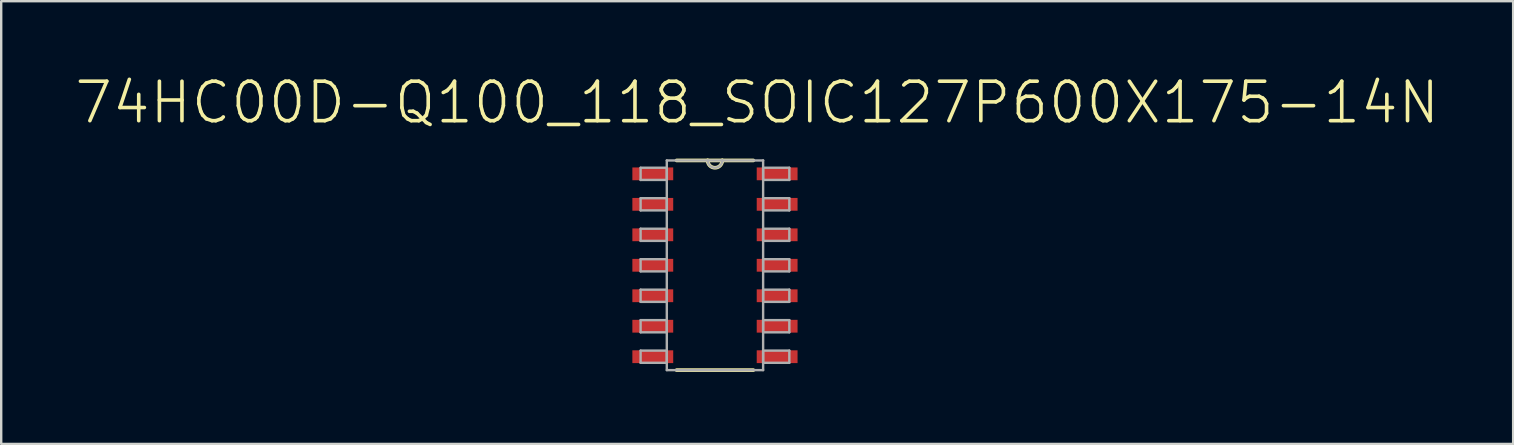
<source format=kicad_pcb>
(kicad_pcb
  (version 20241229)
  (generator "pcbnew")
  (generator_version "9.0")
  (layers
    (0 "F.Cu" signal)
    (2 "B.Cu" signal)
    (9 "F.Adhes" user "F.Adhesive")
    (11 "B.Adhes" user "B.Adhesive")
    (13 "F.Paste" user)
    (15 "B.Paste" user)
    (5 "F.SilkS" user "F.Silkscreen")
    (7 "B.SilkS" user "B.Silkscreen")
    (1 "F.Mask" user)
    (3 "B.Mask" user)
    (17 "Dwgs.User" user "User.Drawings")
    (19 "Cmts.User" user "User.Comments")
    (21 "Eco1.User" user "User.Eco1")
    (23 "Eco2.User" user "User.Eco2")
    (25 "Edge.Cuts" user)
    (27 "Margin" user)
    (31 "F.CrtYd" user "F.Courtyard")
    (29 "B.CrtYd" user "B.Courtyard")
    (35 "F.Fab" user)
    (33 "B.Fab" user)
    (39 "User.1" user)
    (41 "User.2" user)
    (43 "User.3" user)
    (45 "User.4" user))
  (footprint "74HC00D-Q100_118_SOIC127P600X175-14N"
    (layer "F.Cu")
    (at 26.745 8.005)
    (property "Reference" "74HC00D-Q100_118_SOIC127P600X175-14N" (at 1.758 -6.779 0) (layer "F.SilkS") (effects (font (size 1.645 1.645) (thickness 0.15))))
    (attr smd)
    (fp_line (start -1.6 4.369) (end 1.6 4.369) (stroke (width 0.152) (type solid)) (layer "F.SilkS"))
    (fp_line (start -0.305 -4.369) (end -1.6 -4.369) (stroke (width 0.152) (type solid)) (layer "F.SilkS"))
    (fp_line (start 0.305 -4.369) (end -0.305 -4.369) (stroke (width 0.152) (type solid)) (layer "F.SilkS"))
    (fp_line (start 1.6 -4.369) (end 0.305 -4.369) (stroke (width 0.152) (type solid)) (layer "F.SilkS"))
    (fp_arc (start 0.3048 -4.3688) (mid 0 -4.064) (end -0.3048 -4.3688) (stroke (width 0.1524) (type solid)) (layer "F.SilkS"))
    (fp_line (start -3.099 -4.064) (end -3.099 -3.556) (stroke (width 0.1) (type solid)) (layer "F.Fab"))
    (fp_line (start -3.099 -3.556) (end -2.007 -3.556) (stroke (width 0.1) (type solid)) (layer "F.Fab"))
    (fp_line (start -3.099 -2.794) (end -3.099 -2.286) (stroke (width 0.1) (type solid)) (layer "F.Fab"))
    (fp_line (start -3.099 -2.286) (end -2.007 -2.286) (stroke (width 0.1) (type solid)) (layer "F.Fab"))
    (fp_line (start -3.099 -1.524) (end -3.099 -1.016) (stroke (width 0.1) (type solid)) (layer "F.Fab"))
    (fp_line (start -3.099 -1.016) (end -2.007 -1.016) (stroke (width 0.1) (type solid)) (layer "F.Fab"))
    (fp_line (start -3.099 -0.254) (end -3.099 0.254) (stroke (width 0.1) (type solid)) (layer "F.Fab"))
    (fp_line (start -3.099 0.254) (end -2.007 0.254) (stroke (width 0.1) (type solid)) (layer "F.Fab"))
    (fp_line (start -3.099 1.016) (end -3.099 1.524) (stroke (width 0.1) (type solid)) (layer "F.Fab"))
    (fp_line (start -3.099 1.524) (end -2.007 1.524) (stroke (width 0.1) (type solid)) (layer "F.Fab"))
    (fp_line (start -3.099 2.286) (end -3.099 2.794) (stroke (width 0.1) (type solid)) (layer "F.Fab"))
    (fp_line (start -3.099 2.794) (end -2.007 2.794) (stroke (width 0.1) (type solid)) (layer "F.Fab"))
    (fp_line (start -3.099 3.556) (end -3.099 4.064) (stroke (width 0.1) (type solid)) (layer "F.Fab"))
    (fp_line (start -3.099 4.064) (end -2.007 4.064) (stroke (width 0.1) (type solid)) (layer "F.Fab"))
    (fp_line (start -2.007 -4.369) (end -2.007 4.369) (stroke (width 0.1) (type solid)) (layer "F.Fab"))
    (fp_line (start -2.007 -4.064) (end -3.099 -4.064) (stroke (width 0.1) (type solid)) (layer "F.Fab"))
    (fp_line (start -2.007 -3.556) (end -2.007 -4.064) (stroke (width 0.1) (type solid)) (layer "F.Fab"))
    (fp_line (start -2.007 -2.794) (end -3.099 -2.794) (stroke (width 0.1) (type solid)) (layer "F.Fab"))
    (fp_line (start -2.007 -2.286) (end -2.007 -2.794) (stroke (width 0.1) (type solid)) (layer "F.Fab"))
    (fp_line (start -2.007 -1.524) (end -3.099 -1.524) (stroke (width 0.1) (type solid)) (layer "F.Fab"))
    (fp_line (start -2.007 -1.016) (end -2.007 -1.524) (stroke (width 0.1) (type solid)) (layer "F.Fab"))
    (fp_line (start -2.007 -0.254) (end -3.099 -0.254) (stroke (width 0.1) (type solid)) (layer "F.Fab"))
    (fp_line (start -2.007 0.254) (end -2.007 -0.254) (stroke (width 0.1) (type solid)) (layer "F.Fab"))
    (fp_line (start -2.007 1.016) (end -3.099 1.016) (stroke (width 0.1) (type solid)) (layer "F.Fab"))
    (fp_line (start -2.007 1.524) (end -2.007 1.016) (stroke (width 0.1) (type solid)) (layer "F.Fab"))
    (fp_line (start -2.007 2.286) (end -3.099 2.286) (stroke (width 0.1) (type solid)) (layer "F.Fab"))
    (fp_line (start -2.007 2.794) (end -2.007 2.286) (stroke (width 0.1) (type solid)) (layer "F.Fab"))
    (fp_line (start -2.007 3.556) (end -3.099 3.556) (stroke (width 0.1) (type solid)) (layer "F.Fab"))
    (fp_line (start -2.007 4.064) (end -2.007 3.556) (stroke (width 0.1) (type solid)) (layer "F.Fab"))
    (fp_line (start -2.007 4.369) (end 2.007 4.369) (stroke (width 0.1) (type solid)) (layer "F.Fab"))
    (fp_line (start -0.305 -4.369) (end -2.007 -4.369) (stroke (width 0.1) (type solid)) (layer "F.Fab"))
    (fp_line (start 0.305 -4.369) (end -0.305 -4.369) (stroke (width 0.1) (type solid)) (layer "F.Fab"))
    (fp_line (start 2.007 -4.369) (end 0.305 -4.369) (stroke (width 0.1) (type solid)) (layer "F.Fab"))
    (fp_line (start 2.007 -4.064) (end 2.007 -3.556) (stroke (width 0.1) (type solid)) (layer "F.Fab"))
    (fp_line (start 2.007 -3.556) (end 3.099 -3.556) (stroke (width 0.1) (type solid)) (layer "F.Fab"))
    (fp_line (start 2.007 -2.794) (end 2.007 -2.286) (stroke (width 0.1) (type solid)) (layer "F.Fab"))
    (fp_line (start 2.007 -2.286) (end 3.099 -2.286) (stroke (width 0.1) (type solid)) (layer "F.Fab"))
    (fp_line (start 2.007 -1.524) (end 2.007 -1.016) (stroke (width 0.1) (type solid)) (layer "F.Fab"))
    (fp_line (start 2.007 -1.016) (end 3.099 -1.016) (stroke (width 0.1) (type solid)) (layer "F.Fab"))
    (fp_line (start 2.007 -0.254) (end 2.007 0.254) (stroke (width 0.1) (type solid)) (layer "F.Fab"))
    (fp_line (start 2.007 0.254) (end 3.099 0.254) (stroke (width 0.1) (type solid)) (layer "F.Fab"))
    (fp_line (start 2.007 1.016) (end 2.007 1.524) (stroke (width 0.1) (type solid)) (layer "F.Fab"))
    (fp_line (start 2.007 1.524) (end 3.099 1.524) (stroke (width 0.1) (type solid)) (layer "F.Fab"))
    (fp_line (start 2.007 2.286) (end 2.007 2.794) (stroke (width 0.1) (type solid)) (layer "F.Fab"))
    (fp_line (start 2.007 2.794) (end 3.099 2.794) (stroke (width 0.1) (type solid)) (layer "F.Fab"))
    (fp_line (start 2.007 3.556) (end 2.007 4.064) (stroke (width 0.1) (type solid)) (layer "F.Fab"))
    (fp_line (start 2.007 4.064) (end 3.099 4.064) (stroke (width 0.1) (type solid)) (layer "F.Fab"))
    (fp_line (start 2.007 4.369) (end 2.007 -4.369) (stroke (width 0.1) (type solid)) (layer "F.Fab"))
    (fp_line (start 3.099 -4.064) (end 2.007 -4.064) (stroke (width 0.1) (type solid)) (layer "F.Fab"))
    (fp_line (start 3.099 -3.556) (end 3.099 -4.064) (stroke (width 0.1) (type solid)) (layer "F.Fab"))
    (fp_line (start 3.099 -2.794) (end 2.007 -2.794) (stroke (width 0.1) (type solid)) (layer "F.Fab"))
    (fp_line (start 3.099 -2.286) (end 3.099 -2.794) (stroke (width 0.1) (type solid)) (layer "F.Fab"))
    (fp_line (start 3.099 -1.524) (end 2.007 -1.524) (stroke (width 0.1) (type solid)) (layer "F.Fab"))
    (fp_line (start 3.099 -1.016) (end 3.099 -1.524) (stroke (width 0.1) (type solid)) (layer "F.Fab"))
    (fp_line (start 3.099 -0.254) (end 2.007 -0.254) (stroke (width 0.1) (type solid)) (layer "F.Fab"))
    (fp_line (start 3.099 0.254) (end 3.099 -0.254) (stroke (width 0.1) (type solid)) (layer "F.Fab"))
    (fp_line (start 3.099 1.016) (end 2.007 1.016) (stroke (width 0.1) (type solid)) (layer "F.Fab"))
    (fp_line (start 3.099 1.524) (end 3.099 1.016) (stroke (width 0.1) (type solid)) (layer "F.Fab"))
    (fp_line (start 3.099 2.286) (end 2.007 2.286) (stroke (width 0.1) (type solid)) (layer "F.Fab"))
    (fp_line (start 3.099 2.794) (end 3.099 2.286) (stroke (width 0.1) (type solid)) (layer "F.Fab"))
    (fp_line (start 3.099 3.556) (end 2.007 3.556) (stroke (width 0.1) (type solid)) (layer "F.Fab"))
    (fp_line (start 3.099 4.064) (end 3.099 3.556) (stroke (width 0.1) (type solid)) (layer "F.Fab"))
    (fp_arc (start 0.3048 -4.3688) (mid 0 -4.064) (end -0.3048 -4.3688) (stroke (width 0.1) (type solid)) (layer "F.Fab"))
    (pad "1" smd rect (at -2.591 -3.81) (size 1.702 0.533) (layers "F.Cu" "F.Mask" "F.Paste"))
    (pad "2" smd rect (at -2.591 -2.54) (size 1.702 0.533) (layers "F.Cu" "F.Mask" "F.Paste"))
    (pad "3" smd rect (at -2.591 -1.27) (size 1.702 0.533) (layers "F.Cu" "F.Mask" "F.Paste"))
    (pad "4" smd rect (at -2.591 0) (size 1.702 0.533) (layers "F.Cu" "F.Mask" "F.Paste"))
    (pad "5" smd rect (at -2.591 1.27) (size 1.702 0.533) (layers "F.Cu" "F.Mask" "F.Paste"))
    (pad "6" smd rect (at -2.591 2.54) (size 1.702 0.533) (layers "F.Cu" "F.Mask" "F.Paste"))
    (pad "7" smd rect (at -2.591 3.81) (size 1.702 0.533) (layers "F.Cu" "F.Mask" "F.Paste"))
    (pad "8" smd rect (at 2.591 3.81) (size 1.702 0.533) (layers "F.Cu" "F.Mask" "F.Paste"))
    (pad "9" smd rect (at 2.591 2.54) (size 1.702 0.533) (layers "F.Cu" "F.Mask" "F.Paste"))
    (pad "10" smd rect (at 2.591 1.27) (size 1.702 0.533) (layers "F.Cu" "F.Mask" "F.Paste"))
    (pad "11" smd rect (at 2.591 0) (size 1.702 0.533) (layers "F.Cu" "F.Mask" "F.Paste"))
    (pad "12" smd rect (at 2.591 -1.27) (size 1.702 0.533) (layers "F.Cu" "F.Mask" "F.Paste"))
    (pad "13" smd rect (at 2.591 -2.54) (size 1.702 0.533) (layers "F.Cu" "F.Mask" "F.Paste"))
    (pad "14" smd rect (at 2.591 -3.81) (size 1.702 0.533) (layers "F.Cu" "F.Mask" "F.Paste")))
  (gr_rect
    (start -3 -3)
    (end 60.008 15.45)
    (stroke (width 0.1) (type default))
    (fill no)
    (layer "Edge.Cuts")))
</source>
